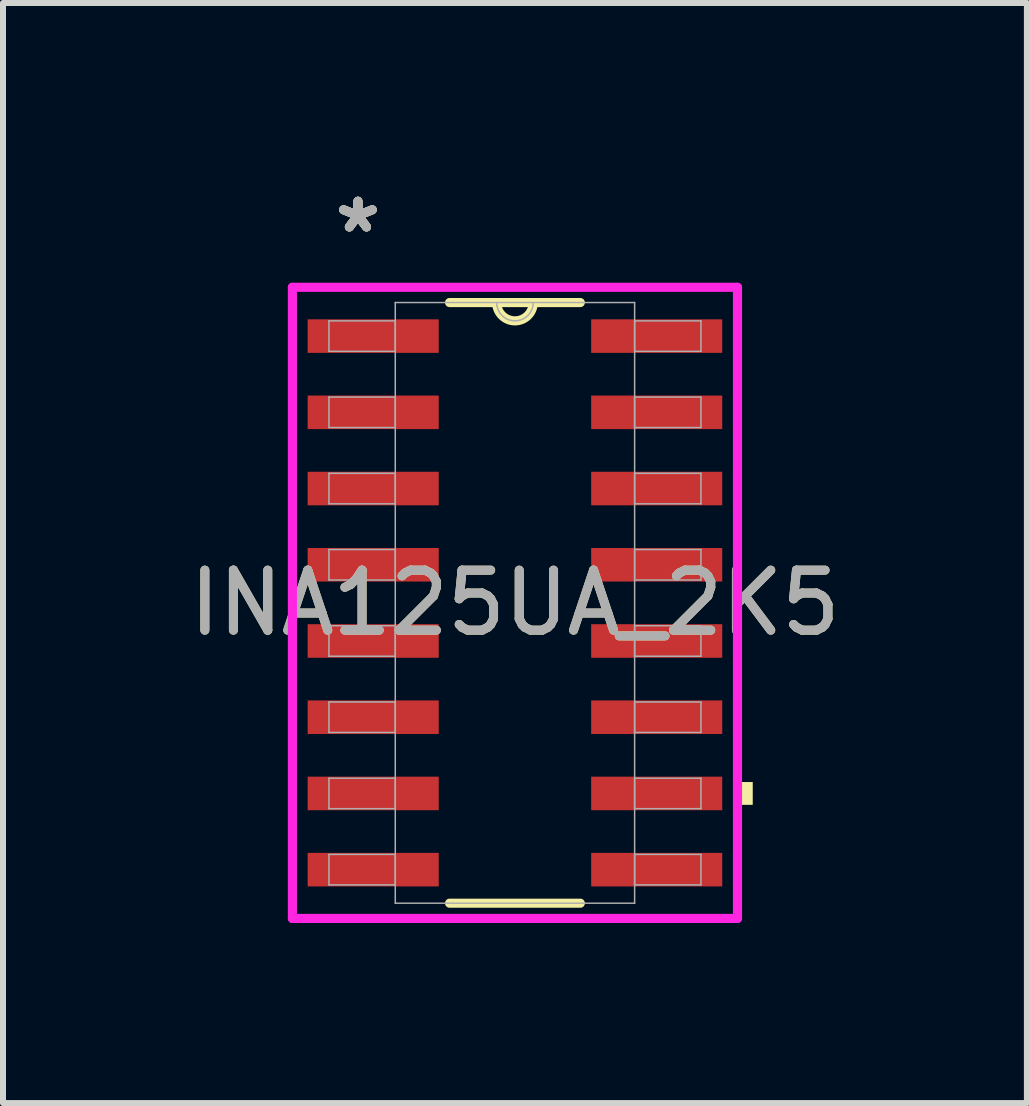
<source format=kicad_pcb>
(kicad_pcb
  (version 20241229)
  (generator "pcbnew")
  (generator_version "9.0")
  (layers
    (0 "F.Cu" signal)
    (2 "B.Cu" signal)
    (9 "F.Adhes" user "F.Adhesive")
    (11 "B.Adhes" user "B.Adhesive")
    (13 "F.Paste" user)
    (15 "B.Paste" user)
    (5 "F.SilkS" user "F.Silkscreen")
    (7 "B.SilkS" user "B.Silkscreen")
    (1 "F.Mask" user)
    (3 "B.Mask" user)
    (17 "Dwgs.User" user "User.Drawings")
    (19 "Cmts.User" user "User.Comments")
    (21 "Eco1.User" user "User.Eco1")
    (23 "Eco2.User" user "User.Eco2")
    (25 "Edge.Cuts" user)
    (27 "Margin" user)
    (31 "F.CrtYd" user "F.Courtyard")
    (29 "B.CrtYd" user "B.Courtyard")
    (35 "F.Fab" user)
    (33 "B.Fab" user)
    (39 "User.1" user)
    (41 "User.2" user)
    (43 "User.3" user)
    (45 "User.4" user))
  (footprint "INA125UA_2K5"
    (layer "F.Cu")
    (at 5.53 6.995)
    (property "Reference" "INA125UA_2K5" (at 0 0 0) (unlocked yes) (layer "F.SilkS") (effects (font (size 1 1) (thickness 0.15))))
    (attr smd)
    (fp_line (start -1.089 5.004) (end 1.089 5.004) (stroke (width 0.152) (type solid)) (layer "F.SilkS"))
    (fp_line (start 1.089 -5.004) (end -1.089 -5.004) (stroke (width 0.152) (type solid)) (layer "F.SilkS"))
    (fp_arc (start 0.3048 -5.0038) (mid 0 -4.699) (end -0.3048 -5.0038) (stroke (width 0.1524) (type solid)) (layer "F.SilkS"))
    (fp_poly (pts (xy 3.962 2.985) (xy 3.962 3.365) (xy 3.708 3.365) (xy 3.708 2.985)) (stroke (width 0) (type solid)) (fill yes) (layer "F.SilkS"))
    (fp_line (start -3.708 -5.258) (end 3.708 -5.258) (stroke (width 0.152) (type solid)) (layer "F.CrtYd"))
    (fp_line (start -3.708 5.258) (end -3.708 -5.258) (stroke (width 0.152) (type solid)) (layer "F.CrtYd"))
    (fp_line (start 3.708 -5.258) (end 3.708 5.258) (stroke (width 0.152) (type solid)) (layer "F.CrtYd"))
    (fp_line (start 3.708 5.258) (end -3.708 5.258) (stroke (width 0.152) (type solid)) (layer "F.CrtYd"))
    (fp_line (start -3.099 -4.699) (end -3.099 -4.191) (stroke (width 0.025) (type solid)) (layer "F.Fab"))
    (fp_line (start -3.099 -4.191) (end -1.994 -4.191) (stroke (width 0.025) (type solid)) (layer "F.Fab"))
    (fp_line (start -3.099 -3.429) (end -3.099 -2.921) (stroke (width 0.025) (type solid)) (layer "F.Fab"))
    (fp_line (start -3.099 -2.921) (end -1.994 -2.921) (stroke (width 0.025) (type solid)) (layer "F.Fab"))
    (fp_line (start -3.099 -2.159) (end -3.099 -1.651) (stroke (width 0.025) (type solid)) (layer "F.Fab"))
    (fp_line (start -3.099 -1.651) (end -1.994 -1.651) (stroke (width 0.025) (type solid)) (layer "F.Fab"))
    (fp_line (start -3.099 -0.889) (end -3.099 -0.381) (stroke (width 0.025) (type solid)) (layer "F.Fab"))
    (fp_line (start -3.099 -0.381) (end -1.994 -0.381) (stroke (width 0.025) (type solid)) (layer "F.Fab"))
    (fp_line (start -3.099 0.381) (end -3.099 0.889) (stroke (width 0.025) (type solid)) (layer "F.Fab"))
    (fp_line (start -3.099 0.889) (end -1.994 0.889) (stroke (width 0.025) (type solid)) (layer "F.Fab"))
    (fp_line (start -3.099 1.651) (end -3.099 2.159) (stroke (width 0.025) (type solid)) (layer "F.Fab"))
    (fp_line (start -3.099 2.159) (end -1.994 2.159) (stroke (width 0.025) (type solid)) (layer "F.Fab"))
    (fp_line (start -3.099 2.921) (end -3.099 3.429) (stroke (width 0.025) (type solid)) (layer "F.Fab"))
    (fp_line (start -3.099 3.429) (end -1.994 3.429) (stroke (width 0.025) (type solid)) (layer "F.Fab"))
    (fp_line (start -3.099 4.191) (end -3.099 4.699) (stroke (width 0.025) (type solid)) (layer "F.Fab"))
    (fp_line (start -3.099 4.699) (end -1.994 4.699) (stroke (width 0.025) (type solid)) (layer "F.Fab"))
    (fp_line (start -1.994 -5.004) (end -1.994 5.004) (stroke (width 0.025) (type solid)) (layer "F.Fab"))
    (fp_line (start -1.994 -4.699) (end -3.099 -4.699) (stroke (width 0.025) (type solid)) (layer "F.Fab"))
    (fp_line (start -1.994 -4.191) (end -1.994 -4.699) (stroke (width 0.025) (type solid)) (layer "F.Fab"))
    (fp_line (start -1.994 -3.429) (end -3.099 -3.429) (stroke (width 0.025) (type solid)) (layer "F.Fab"))
    (fp_line (start -1.994 -2.921) (end -1.994 -3.429) (stroke (width 0.025) (type solid)) (layer "F.Fab"))
    (fp_line (start -1.994 -2.159) (end -3.099 -2.159) (stroke (width 0.025) (type solid)) (layer "F.Fab"))
    (fp_line (start -1.994 -1.651) (end -1.994 -2.159) (stroke (width 0.025) (type solid)) (layer "F.Fab"))
    (fp_line (start -1.994 -0.889) (end -3.099 -0.889) (stroke (width 0.025) (type solid)) (layer "F.Fab"))
    (fp_line (start -1.994 -0.381) (end -1.994 -0.889) (stroke (width 0.025) (type solid)) (layer "F.Fab"))
    (fp_line (start -1.994 0.381) (end -3.099 0.381) (stroke (width 0.025) (type solid)) (layer "F.Fab"))
    (fp_line (start -1.994 0.889) (end -1.994 0.381) (stroke (width 0.025) (type solid)) (layer "F.Fab"))
    (fp_line (start -1.994 1.651) (end -3.099 1.651) (stroke (width 0.025) (type solid)) (layer "F.Fab"))
    (fp_line (start -1.994 2.159) (end -1.994 1.651) (stroke (width 0.025) (type solid)) (layer "F.Fab"))
    (fp_line (start -1.994 2.921) (end -3.099 2.921) (stroke (width 0.025) (type solid)) (layer "F.Fab"))
    (fp_line (start -1.994 3.429) (end -1.994 2.921) (stroke (width 0.025) (type solid)) (layer "F.Fab"))
    (fp_line (start -1.994 4.191) (end -3.099 4.191) (stroke (width 0.025) (type solid)) (layer "F.Fab"))
    (fp_line (start -1.994 4.699) (end -1.994 4.191) (stroke (width 0.025) (type solid)) (layer "F.Fab"))
    (fp_line (start -1.994 5.004) (end 1.994 5.004) (stroke (width 0.025) (type solid)) (layer "F.Fab"))
    (fp_line (start 1.994 -5.004) (end -1.994 -5.004) (stroke (width 0.025) (type solid)) (layer "F.Fab"))
    (fp_line (start 1.994 -4.699) (end 1.994 -4.191) (stroke (width 0.025) (type solid)) (layer "F.Fab"))
    (fp_line (start 1.994 -4.191) (end 3.099 -4.191) (stroke (width 0.025) (type solid)) (layer "F.Fab"))
    (fp_line (start 1.994 -3.429) (end 1.994 -2.921) (stroke (width 0.025) (type solid)) (layer "F.Fab"))
    (fp_line (start 1.994 -2.921) (end 3.099 -2.921) (stroke (width 0.025) (type solid)) (layer "F.Fab"))
    (fp_line (start 1.994 -2.159) (end 1.994 -1.651) (stroke (width 0.025) (type solid)) (layer "F.Fab"))
    (fp_line (start 1.994 -1.651) (end 3.099 -1.651) (stroke (width 0.025) (type solid)) (layer "F.Fab"))
    (fp_line (start 1.994 -0.889) (end 1.994 -0.381) (stroke (width 0.025) (type solid)) (layer "F.Fab"))
    (fp_line (start 1.994 -0.381) (end 3.099 -0.381) (stroke (width 0.025) (type solid)) (layer "F.Fab"))
    (fp_line (start 1.994 0.381) (end 1.994 0.889) (stroke (width 0.025) (type solid)) (layer "F.Fab"))
    (fp_line (start 1.994 0.889) (end 3.099 0.889) (stroke (width 0.025) (type solid)) (layer "F.Fab"))
    (fp_line (start 1.994 1.651) (end 1.994 2.159) (stroke (width 0.025) (type solid)) (layer "F.Fab"))
    (fp_line (start 1.994 2.159) (end 3.099 2.159) (stroke (width 0.025) (type solid)) (layer "F.Fab"))
    (fp_line (start 1.994 2.921) (end 1.994 3.429) (stroke (width 0.025) (type solid)) (layer "F.Fab"))
    (fp_line (start 1.994 3.429) (end 3.099 3.429) (stroke (width 0.025) (type solid)) (layer "F.Fab"))
    (fp_line (start 1.994 4.191) (end 1.994 4.699) (stroke (width 0.025) (type solid)) (layer "F.Fab"))
    (fp_line (start 1.994 4.699) (end 3.099 4.699) (stroke (width 0.025) (type solid)) (layer "F.Fab"))
    (fp_line (start 1.994 5.004) (end 1.994 -5.004) (stroke (width 0.025) (type solid)) (layer "F.Fab"))
    (fp_line (start 3.099 -4.699) (end 1.994 -4.699) (stroke (width 0.025) (type solid)) (layer "F.Fab"))
    (fp_line (start 3.099 -4.191) (end 3.099 -4.699) (stroke (width 0.025) (type solid)) (layer "F.Fab"))
    (fp_line (start 3.099 -3.429) (end 1.994 -3.429) (stroke (width 0.025) (type solid)) (layer "F.Fab"))
    (fp_line (start 3.099 -2.921) (end 3.099 -3.429) (stroke (width 0.025) (type solid)) (layer "F.Fab"))
    (fp_line (start 3.099 -2.159) (end 1.994 -2.159) (stroke (width 0.025) (type solid)) (layer "F.Fab"))
    (fp_line (start 3.099 -1.651) (end 3.099 -2.159) (stroke (width 0.025) (type solid)) (layer "F.Fab"))
    (fp_line (start 3.099 -0.889) (end 1.994 -0.889) (stroke (width 0.025) (type solid)) (layer "F.Fab"))
    (fp_line (start 3.099 -0.381) (end 3.099 -0.889) (stroke (width 0.025) (type solid)) (layer "F.Fab"))
    (fp_line (start 3.099 0.381) (end 1.994 0.381) (stroke (width 0.025) (type solid)) (layer "F.Fab"))
    (fp_line (start 3.099 0.889) (end 3.099 0.381) (stroke (width 0.025) (type solid)) (layer "F.Fab"))
    (fp_line (start 3.099 1.651) (end 1.994 1.651) (stroke (width 0.025) (type solid)) (layer "F.Fab"))
    (fp_line (start 3.099 2.159) (end 3.099 1.651) (stroke (width 0.025) (type solid)) (layer "F.Fab"))
    (fp_line (start 3.099 2.921) (end 1.994 2.921) (stroke (width 0.025) (type solid)) (layer "F.Fab"))
    (fp_line (start 3.099 3.429) (end 3.099 2.921) (stroke (width 0.025) (type solid)) (layer "F.Fab"))
    (fp_line (start 3.099 4.191) (end 1.994 4.191) (stroke (width 0.025) (type solid)) (layer "F.Fab"))
    (fp_line (start 3.099 4.699) (end 3.099 4.191) (stroke (width 0.025) (type solid)) (layer "F.Fab"))
    (fp_arc (start 0.3048 -5.0038) (mid 0 -4.699) (end -0.3048 -5.0038) (stroke (width 0.0254) (type solid)) (layer "F.Fab"))
    (fp_text user "*" (at -2.616 -6.147 0) (layer "F.SilkS") (effects (font (size 1 1) (thickness 0.15))))
    (fp_text user "*" (at -2.616 -6.147 0) (unlocked yes) (layer "F.SilkS") (effects (font (size 1 1) (thickness 0.15))))
    (fp_text user "${REFERENCE}" (at 0 0 0) (unlocked yes) (layer "F.Fab") (effects (font (size 1 1) (thickness 0.15))))
    (fp_text user "*" (at -2.616 -6.147 0) (unlocked yes) (layer "F.Fab") (effects (font (size 1 1) (thickness 0.15))))
    (fp_text user "*" (at -2.616 -6.147 0) (layer "F.Fab") (effects (font (size 1 1) (thickness 0.15))))
    (pad "1" smd rect (at -2.362 -4.445) (size 2.184 0.559) (layers "F.Cu" "F.Mask" "F.Paste"))
    (pad "2" smd rect (at -2.362 -3.175) (size 2.184 0.559) (layers "F.Cu" "F.Mask" "F.Paste"))
    (pad "3" smd rect (at -2.362 -1.905) (size 2.184 0.559) (layers "F.Cu" "F.Mask" "F.Paste"))
    (pad "4" smd rect (at -2.362 -0.635) (size 2.184 0.559) (layers "F.Cu" "F.Mask" "F.Paste"))
    (pad "5" smd rect (at -2.362 0.635) (size 2.184 0.559) (layers "F.Cu" "F.Mask" "F.Paste"))
    (pad "6" smd rect (at -2.362 1.905) (size 2.184 0.559) (layers "F.Cu" "F.Mask" "F.Paste"))
    (pad "7" smd rect (at -2.362 3.175) (size 2.184 0.559) (layers "F.Cu" "F.Mask" "F.Paste"))
    (pad "8" smd rect (at -2.362 4.445) (size 2.184 0.559) (layers "F.Cu" "F.Mask" "F.Paste"))
    (pad "9" smd rect (at 2.362 4.445) (size 2.184 0.559) (layers "F.Cu" "F.Mask" "F.Paste"))
    (pad "10" smd rect (at 2.362 3.175) (size 2.184 0.559) (layers "F.Cu" "F.Mask" "F.Paste"))
    (pad "11" smd rect (at 2.362 1.905) (size 2.184 0.559) (layers "F.Cu" "F.Mask" "F.Paste"))
    (pad "12" smd rect (at 2.362 0.635) (size 2.184 0.559) (layers "F.Cu" "F.Mask" "F.Paste"))
    (pad "13" smd rect (at 2.362 -0.635) (size 2.184 0.559) (layers "F.Cu" "F.Mask" "F.Paste"))
    (pad "14" smd rect (at 2.362 -1.905) (size 2.184 0.559) (layers "F.Cu" "F.Mask" "F.Paste"))
    (pad "15" smd rect (at 2.362 -3.175) (size 2.184 0.559) (layers "F.Cu" "F.Mask" "F.Paste"))
    (pad "16" smd rect (at 2.362 -4.445) (size 2.184 0.559) (layers "F.Cu" "F.Mask" "F.Paste")))
  (gr_rect
    (start -3 -3)
    (end 14.06 15.329)
    (stroke (width 0.1) (type default))
    (fill no)
    (layer "Edge.Cuts")))
</source>
